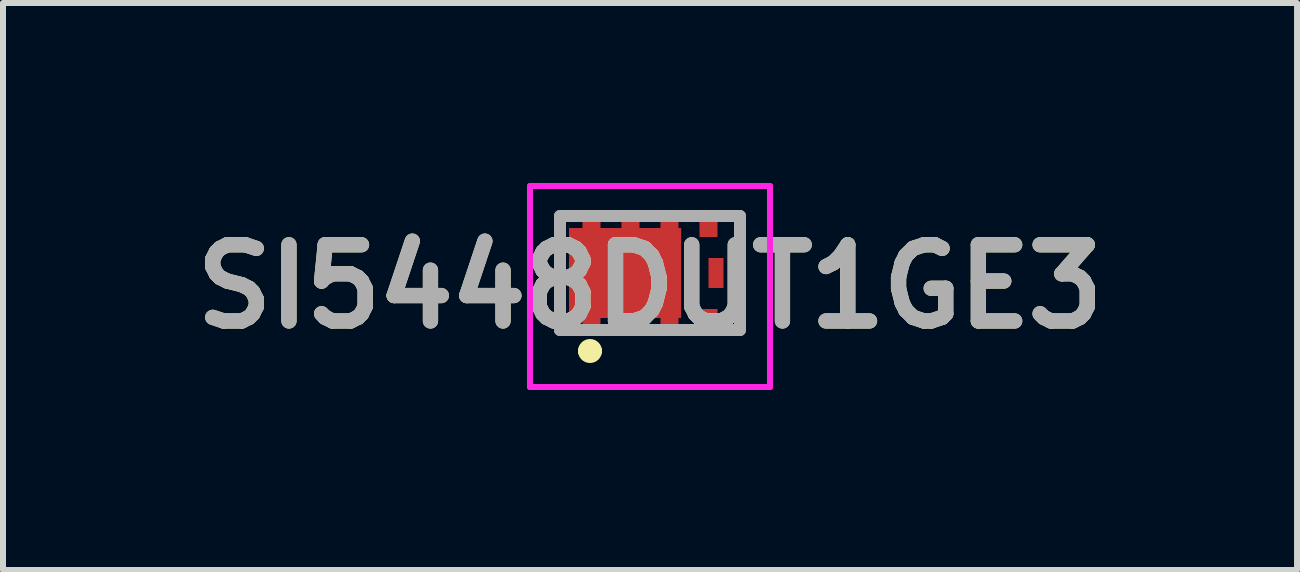
<source format=kicad_pcb>
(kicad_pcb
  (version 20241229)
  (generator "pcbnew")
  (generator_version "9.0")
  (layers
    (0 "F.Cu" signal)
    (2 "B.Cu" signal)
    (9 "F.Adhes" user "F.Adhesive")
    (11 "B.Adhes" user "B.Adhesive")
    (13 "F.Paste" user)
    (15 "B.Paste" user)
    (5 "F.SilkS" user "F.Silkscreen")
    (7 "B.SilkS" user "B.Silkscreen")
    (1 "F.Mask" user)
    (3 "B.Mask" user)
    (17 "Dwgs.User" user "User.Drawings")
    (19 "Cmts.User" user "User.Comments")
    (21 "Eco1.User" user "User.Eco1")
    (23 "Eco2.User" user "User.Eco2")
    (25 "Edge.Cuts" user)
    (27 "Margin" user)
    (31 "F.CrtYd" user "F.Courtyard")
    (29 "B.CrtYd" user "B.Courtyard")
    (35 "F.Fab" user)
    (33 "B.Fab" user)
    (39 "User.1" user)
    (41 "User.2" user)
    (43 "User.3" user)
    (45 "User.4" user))
  (footprint "SI5448DUT1GE3"
    (layer "F.Cu")
    (at 7.783 1.5)
    (property "Reference" "SI5448DUT1GE3" (at 0 0.225 0) (layer "F.SilkS") (effects (font (size 1.27 1.27) (thickness 0.254))))
    (attr smd)
    (fp_line (start -1.5 -0.95) (end -1.5 0.95) (stroke (width 0.1) (type solid)) (layer "F.SilkS"))
    (fp_line (start -1.1 1.3) (end -1.1 1.3) (stroke (width 0.2) (type solid)) (layer "F.SilkS"))
    (fp_line (start -0.9 1.3) (end -0.9 1.3) (stroke (width 0.2) (type solid)) (layer "F.SilkS"))
    (fp_line (start 1.3 -0.95) (end 1.5 -0.95) (stroke (width 0.1) (type solid)) (layer "F.SilkS"))
    (fp_line (start 1.5 -0.95) (end 1.5 0.95) (stroke (width 0.1) (type solid)) (layer "F.SilkS"))
    (fp_line (start 1.5 0.95) (end 1.3 0.95) (stroke (width 0.1) (type solid)) (layer "F.SilkS"))
    (fp_arc (start -1.1 1.3) (mid -1 1.2) (end -0.9 1.3) (stroke (width 0.2) (type solid)) (layer "F.SilkS"))
    (fp_arc (start -0.9 1.3) (mid -1 1.4) (end -1.1 1.3) (stroke (width 0.2) (type solid)) (layer "F.SilkS"))
    (fp_line (start -2 -1.45) (end 2 -1.45) (stroke (width 0.1) (type solid)) (layer "F.CrtYd"))
    (fp_line (start -2 1.9) (end -2 -1.45) (stroke (width 0.1) (type solid)) (layer "F.CrtYd"))
    (fp_line (start 2 -1.45) (end 2 1.9) (stroke (width 0.1) (type solid)) (layer "F.CrtYd"))
    (fp_line (start 2 1.9) (end -2 1.9) (stroke (width 0.1) (type solid)) (layer "F.CrtYd"))
    (fp_line (start -1.5 -0.95) (end 1.5 -0.95) (stroke (width 0.2) (type solid)) (layer "F.Fab"))
    (fp_line (start -1.5 0.95) (end -1.5 -0.95) (stroke (width 0.2) (type solid)) (layer "F.Fab"))
    (fp_line (start 1.5 -0.95) (end 1.5 0.95) (stroke (width 0.2) (type solid)) (layer "F.Fab"))
    (fp_line (start 1.5 0.95) (end -1.5 0.95) (stroke (width 0.2) (type solid)) (layer "F.Fab"))
    (fp_text user "${REFERENCE}" (at 0 0.225 0) (layer "F.Fab") (effects (font (size 1.27 1.27) (thickness 0.254))))
    (pad "1" smd rect (at -0.975 0.85 90) (size 0.2 0.3) (layers "F.Cu" "F.Mask" "F.Paste"))
    (pad "2" smd rect (at -0.325 0.85 90) (size 0.2 0.3) (layers "F.Cu" "F.Mask" "F.Paste"))
    (pad "3" smd rect (at 0.325 0.85 90) (size 0.2 0.3) (layers "F.Cu" "F.Mask" "F.Paste"))
    (pad "4" smd rect (at 0.975 0.775) (size 0.3 0.35) (layers "F.Cu" "F.Mask" "F.Paste"))
    (pad "5" smd rect (at 0.975 -0.775) (size 0.3 0.35) (layers "F.Cu" "F.Mask" "F.Paste"))
    (pad "6" smd rect (at 0.325 -0.85 90) (size 0.2 0.3) (layers "F.Cu" "F.Mask" "F.Paste"))
    (pad "7" smd rect (at -0.325 -0.85 90) (size 0.2 0.3) (layers "F.Cu" "F.Mask" "F.Paste"))
    (pad "8" smd rect (at -0.975 -0.85 90) (size 0.2 0.3) (layers "F.Cu" "F.Mask" "F.Paste"))
    (pad "9" smd rect (at 1.1 0) (size 0.25 0.5) (layers "F.Cu" "F.Mask" "F.Paste"))
    (pad "10" smd rect (at -0.415 0 90) (size 1.5 1.87) (layers "F.Cu" "F.Mask" "F.Paste")))
  (gr_rect
    (start -3 -3)
    (end 18.567 6.45)
    (stroke (width 0.1) (type default))
    (fill no)
    (layer "Edge.Cuts")))
</source>
